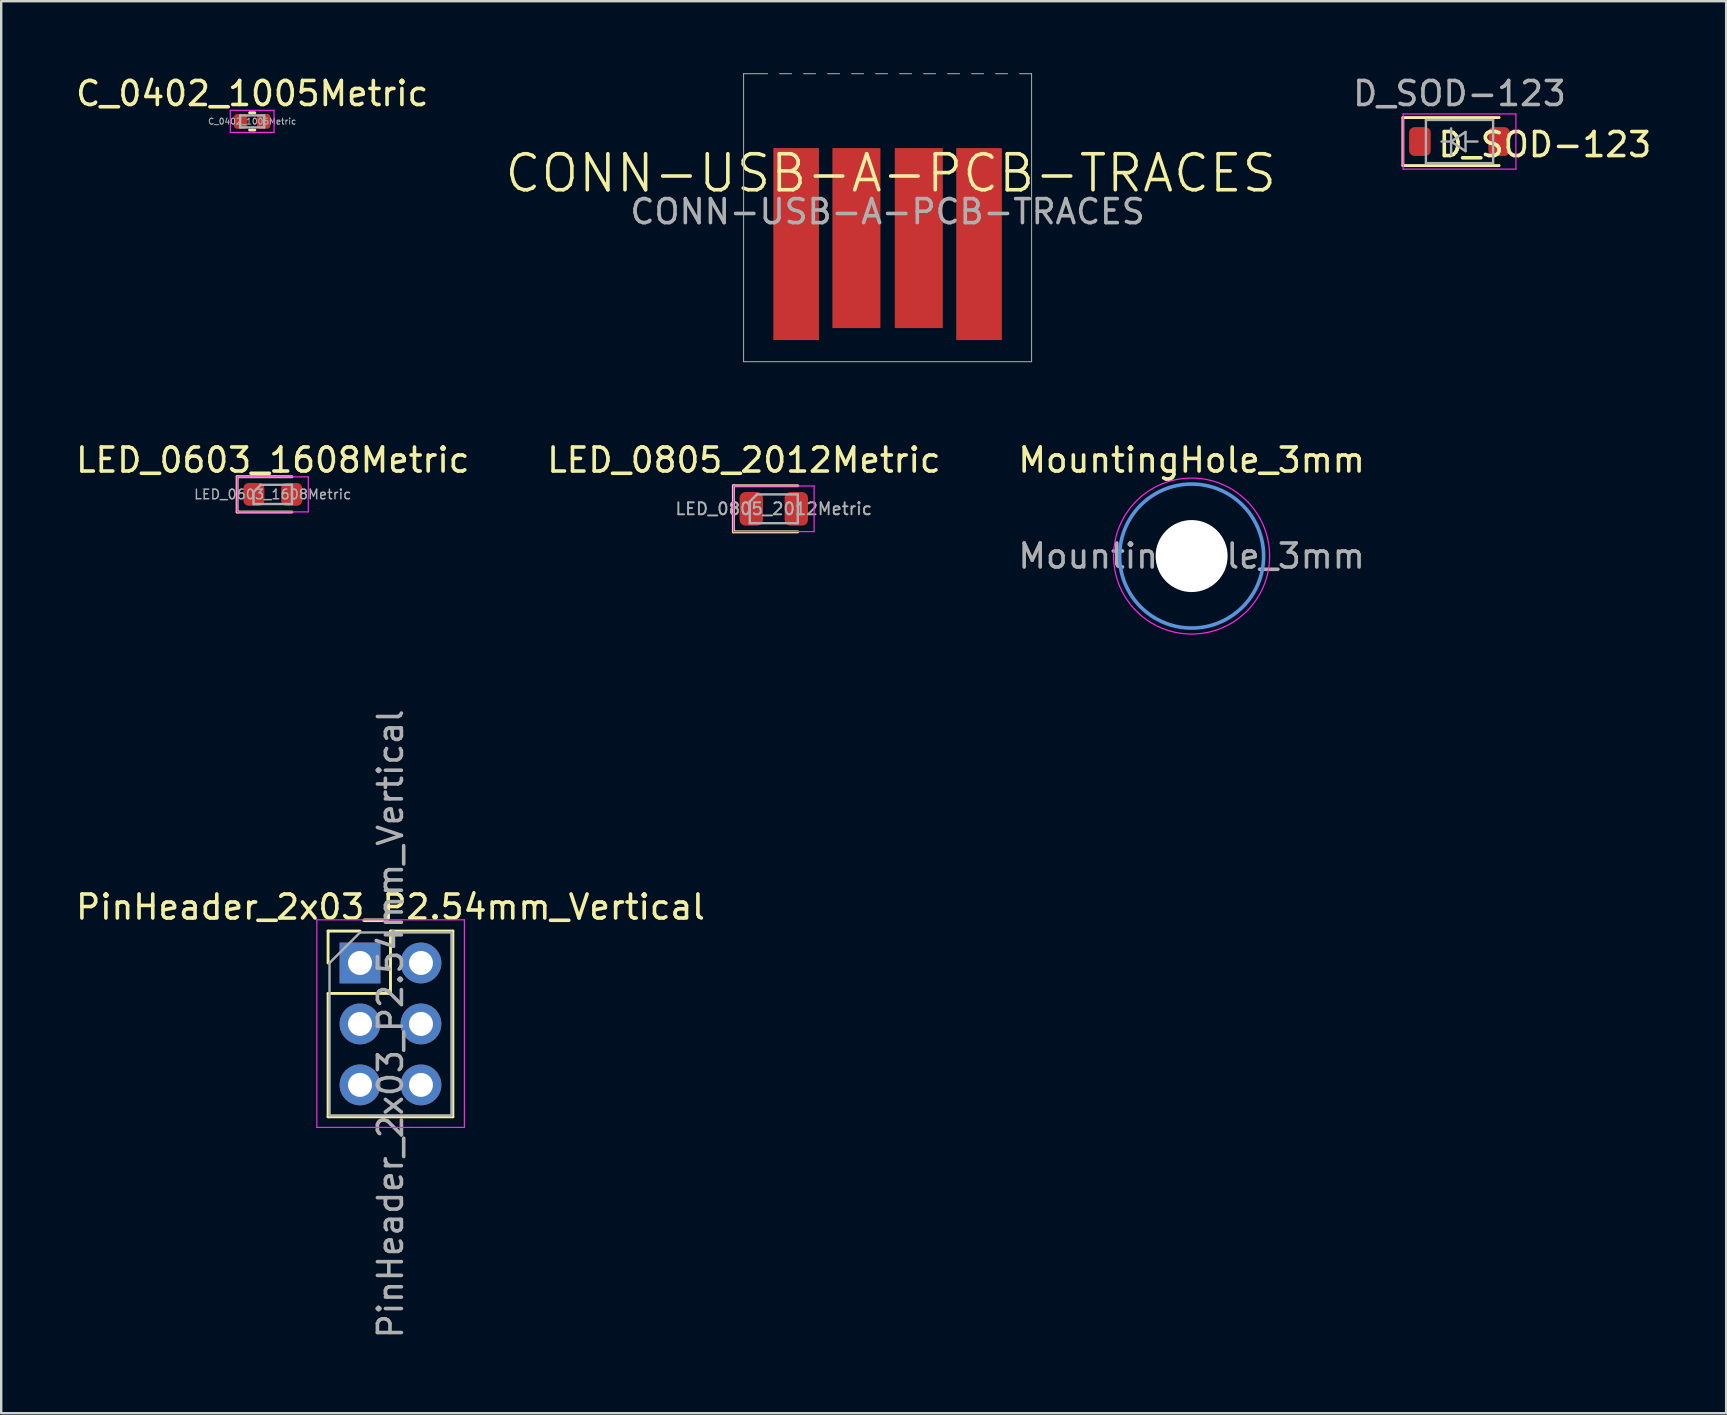
<source format=kicad_pcb>
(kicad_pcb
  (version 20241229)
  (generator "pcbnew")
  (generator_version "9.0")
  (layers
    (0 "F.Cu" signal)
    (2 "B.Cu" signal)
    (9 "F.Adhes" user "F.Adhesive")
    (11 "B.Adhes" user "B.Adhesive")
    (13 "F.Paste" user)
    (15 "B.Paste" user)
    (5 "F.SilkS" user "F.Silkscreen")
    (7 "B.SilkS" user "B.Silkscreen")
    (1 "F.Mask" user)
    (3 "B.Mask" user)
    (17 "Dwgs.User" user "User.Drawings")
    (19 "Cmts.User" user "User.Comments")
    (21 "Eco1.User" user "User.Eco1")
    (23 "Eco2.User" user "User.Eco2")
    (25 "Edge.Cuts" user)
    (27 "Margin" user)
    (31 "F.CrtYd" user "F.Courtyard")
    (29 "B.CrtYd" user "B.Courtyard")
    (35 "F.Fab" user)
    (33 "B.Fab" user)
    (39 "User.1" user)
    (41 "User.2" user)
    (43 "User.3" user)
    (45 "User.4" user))
  (footprint "CONN-USB-A-PCB-TRACES"
    (layer "F.Cu")
    (at 33.933 12.02)
    (property "Reference" "CONN-USB-A-PCB-TRACES" (at 0.13 -7.85 0) (layer "F.SilkS") (effects (font (size 1.5 1.5) (thickness 0.15))))
    (attr exclude_from_pos_files)
    (fp_line (start -6 -12) (end -5 -12) (stroke (width 0.041) (type solid)) (layer "F.Fab"))
    (fp_line (start -6 0) (end -6 -12) (stroke (width 0.041) (type solid)) (layer "F.Fab"))
    (fp_line (start -4.5 -12) (end -4 -12) (stroke (width 0.041) (type solid)) (layer "F.Fab"))
    (fp_line (start -3.5 -12) (end -3 -12) (stroke (width 0.041) (type solid)) (layer "F.Fab"))
    (fp_line (start -2.5 -12) (end -2 -12) (stroke (width 0.041) (type solid)) (layer "F.Fab"))
    (fp_line (start -1.5 -12) (end -1 -12) (stroke (width 0.041) (type solid)) (layer "F.Fab"))
    (fp_line (start -0.5 -12) (end 0 -12) (stroke (width 0.041) (type solid)) (layer "F.Fab"))
    (fp_line (start 0.5 -12) (end 1 -12) (stroke (width 0.041) (type solid)) (layer "F.Fab"))
    (fp_line (start 1.5 -12) (end 2 -12) (stroke (width 0.041) (type solid)) (layer "F.Fab"))
    (fp_line (start 2.5 -12) (end 3 -12) (stroke (width 0.041) (type solid)) (layer "F.Fab"))
    (fp_line (start 3.5 -12) (end 4 -12) (stroke (width 0.041) (type solid)) (layer "F.Fab"))
    (fp_line (start 4.5 -12) (end 5 -12) (stroke (width 0.041) (type solid)) (layer "F.Fab"))
    (fp_line (start 5.5 -12) (end 6 -12) (stroke (width 0.041) (type solid)) (layer "F.Fab"))
    (fp_line (start 6 -12) (end 6 0) (stroke (width 0.041) (type solid)) (layer "F.Fab"))
    (fp_line (start 6 0) (end -6 0) (stroke (width 0.041) (type solid)) (layer "F.Fab"))
    (fp_text user "${REFERENCE}" (at 0 -6.25 0) (layer "F.Fab") (effects (font (size 1 1) (thickness 0.15))))
    (pad "1" connect rect (at 3.81 -4.9) (size 1.9 8) (layers "F.Cu" "F.Mask"))
    (pad "2" connect rect (at 1.3 -5.15) (size 2 7.5) (layers "F.Cu" "F.Mask"))
    (pad "3" connect rect (at -1.3 -5.15) (size 2 7.5) (layers "F.Cu" "F.Mask"))
    (pad "4" connect rect (at -3.81 -4.9) (size 1.9 8) (layers "F.Cu" "F.Mask")))
  (footprint "D_SOD-123"
    (layer "F.Cu")
    (at 57.763 2.848)
    (property "Reference" "D_SOD-123" (at 3.556 0.127 0) (layer "F.SilkS") (effects (font (size 1 1) (thickness 0.15))))
    (attr smd)
    (fp_line (start -2.36 -1) (end -2.36 1) (stroke (width 0.12) (type solid)) (layer "F.SilkS"))
    (fp_line (start -2.36 -1) (end 1.65 -1) (stroke (width 0.12) (type solid)) (layer "F.SilkS"))
    (fp_line (start -2.36 1) (end 1.65 1) (stroke (width 0.12) (type solid)) (layer "F.SilkS"))
    (fp_line (start -2.35 -1.15) (end -2.35 1.15) (stroke (width 0.05) (type solid)) (layer "F.CrtYd"))
    (fp_line (start -2.35 -1.15) (end 2.35 -1.15) (stroke (width 0.05) (type solid)) (layer "F.CrtYd"))
    (fp_line (start 2.35 -1.15) (end 2.35 1.15) (stroke (width 0.05) (type solid)) (layer "F.CrtYd"))
    (fp_line (start 2.35 1.15) (end -2.35 1.15) (stroke (width 0.05) (type solid)) (layer "F.CrtYd"))
    (fp_line (start -1.4 -0.9) (end 1.4 -0.9) (stroke (width 0.1) (type solid)) (layer "F.Fab"))
    (fp_line (start -1.4 0.9) (end -1.4 -0.9) (stroke (width 0.1) (type solid)) (layer "F.Fab"))
    (fp_line (start -0.75 0) (end -0.35 0) (stroke (width 0.1) (type solid)) (layer "F.Fab"))
    (fp_line (start -0.35 0) (end -0.35 -0.55) (stroke (width 0.1) (type solid)) (layer "F.Fab"))
    (fp_line (start -0.35 0) (end -0.35 0.55) (stroke (width 0.1) (type solid)) (layer "F.Fab"))
    (fp_line (start -0.35 0) (end 0.25 -0.4) (stroke (width 0.1) (type solid)) (layer "F.Fab"))
    (fp_line (start 0.25 -0.4) (end 0.25 0.4) (stroke (width 0.1) (type solid)) (layer "F.Fab"))
    (fp_line (start 0.25 0) (end 0.75 0) (stroke (width 0.1) (type solid)) (layer "F.Fab"))
    (fp_line (start 0.25 0.4) (end -0.35 0) (stroke (width 0.1) (type solid)) (layer "F.Fab"))
    (fp_line (start 1.4 -0.9) (end 1.4 0.9) (stroke (width 0.1) (type solid)) (layer "F.Fab"))
    (fp_line (start 1.4 0.9) (end -1.4 0.9) (stroke (width 0.1) (type solid)) (layer "F.Fab"))
    (fp_text user "${REFERENCE}" (at 0 -2 0) (layer "F.Fab") (effects (font (size 1 1) (thickness 0.15))))
    (pad "1" smd roundrect (at -1.65 0) (size 0.9 1.2) (layers "F.Cu" "F.Mask" "F.Paste") (roundrect_rratio 0.25))
    (pad "2" smd roundrect (at 1.65 0) (size 0.9 1.2) (layers "F.Cu" "F.Mask" "F.Paste") (roundrect_rratio 0.25)))
  (footprint "MountingHole_3mm"
    (layer "F.Cu")
    (at 46.601 20.119)
    (property "Reference" "MountingHole_3mm" (at 0 -4 0) (layer "F.SilkS") (effects (font (size 1 1) (thickness 0.15))))
    (attr exclude_from_pos_files exclude_from_bom)
    (fp_circle (center 0 0) (end 3 0) (stroke (width 0.15) (type solid)) (fill no) (layer "Cmts.User"))
    (fp_circle (center 0 0) (end 3.25 0) (stroke (width 0.05) (type solid)) (fill no) (layer "F.CrtYd"))
    (fp_text user "${REFERENCE}" (at 0 0 0) (layer "F.Fab") (effects (font (size 1 1) (thickness 0.15))))
    (pad "" np_thru_hole circle (at 0 0) (size 3 3) (drill 3) (layers "*.Cu" "*.Mask")))
  (footprint "LED_0805_2012Metric"
    (layer "F.Cu")
    (at 29.191 18.151)
    (property "Reference" "LED_0805_2012Metric" (at -1.244 -2.032 180) (layer "F.SilkS") (effects (font (size 1 1) (thickness 0.15))))
    (attr smd)
    (fp_line (start -1.685 -0.96) (end -1.685 0.96) (stroke (width 0.12) (type solid)) (layer "F.SilkS"))
    (fp_line (start -1.685 0.96) (end 1 0.96) (stroke (width 0.12) (type solid)) (layer "F.SilkS"))
    (fp_line (start 1 -0.96) (end -1.685 -0.96) (stroke (width 0.12) (type solid)) (layer "F.SilkS"))
    (fp_line (start -1.68 -0.95) (end 1.68 -0.95) (stroke (width 0.05) (type solid)) (layer "F.CrtYd"))
    (fp_line (start -1.68 0.95) (end -1.68 -0.95) (stroke (width 0.05) (type solid)) (layer "F.CrtYd"))
    (fp_line (start 1.68 -0.95) (end 1.68 0.95) (stroke (width 0.05) (type solid)) (layer "F.CrtYd"))
    (fp_line (start 1.68 0.95) (end -1.68 0.95) (stroke (width 0.05) (type solid)) (layer "F.CrtYd"))
    (fp_line (start -1 -0.3) (end -1 0.6) (stroke (width 0.1) (type solid)) (layer "F.Fab"))
    (fp_line (start -1 0.6) (end 1 0.6) (stroke (width 0.1) (type solid)) (layer "F.Fab"))
    (fp_line (start -0.7 -0.6) (end -1 -0.3) (stroke (width 0.1) (type solid)) (layer "F.Fab"))
    (fp_line (start 1 -0.6) (end -0.7 -0.6) (stroke (width 0.1) (type solid)) (layer "F.Fab"))
    (fp_line (start 1 0.6) (end 1 -0.6) (stroke (width 0.1) (type solid)) (layer "F.Fab"))
    (fp_text user "${REFERENCE}" (at 0 0 180) (layer "F.Fab") (effects (font (size 0.5 0.5) (thickness 0.08))))
    (pad "1" smd roundrect (at -0.938 0) (size 0.975 1.4) (layers "F.Cu" "F.Mask" "F.Paste") (roundrect_rratio 0.25))
    (pad "2" smd roundrect (at 0.938 0) (size 0.975 1.4) (layers "F.Cu" "F.Mask" "F.Paste") (roundrect_rratio 0.25)))
  (footprint "LED_0603_1608Metric"
    (layer "F.Cu")
    (at 8.315 17.549)
    (property "Reference" "LED_0603_1608Metric" (at 0 -1.43 180) (layer "F.SilkS") (effects (font (size 1 1) (thickness 0.15))))
    (attr smd)
    (fp_line (start -1.485 -0.735) (end -1.485 0.735) (stroke (width 0.12) (type solid)) (layer "F.SilkS"))
    (fp_line (start -1.485 0.735) (end 0.8 0.735) (stroke (width 0.12) (type solid)) (layer "F.SilkS"))
    (fp_line (start 0.8 -0.735) (end -1.485 -0.735) (stroke (width 0.12) (type solid)) (layer "F.SilkS"))
    (fp_line (start -1.48 -0.73) (end 1.48 -0.73) (stroke (width 0.05) (type solid)) (layer "F.CrtYd"))
    (fp_line (start -1.48 0.73) (end -1.48 -0.73) (stroke (width 0.05) (type solid)) (layer "F.CrtYd"))
    (fp_line (start 1.48 -0.73) (end 1.48 0.73) (stroke (width 0.05) (type solid)) (layer "F.CrtYd"))
    (fp_line (start 1.48 0.73) (end -1.48 0.73) (stroke (width 0.05) (type solid)) (layer "F.CrtYd"))
    (fp_line (start -0.8 -0.1) (end -0.8 0.4) (stroke (width 0.1) (type solid)) (layer "F.Fab"))
    (fp_line (start -0.8 0.4) (end 0.8 0.4) (stroke (width 0.1) (type solid)) (layer "F.Fab"))
    (fp_line (start -0.5 -0.4) (end -0.8 -0.1) (stroke (width 0.1) (type solid)) (layer "F.Fab"))
    (fp_line (start 0.8 -0.4) (end -0.5 -0.4) (stroke (width 0.1) (type solid)) (layer "F.Fab"))
    (fp_line (start 0.8 0.4) (end 0.8 -0.4) (stroke (width 0.1) (type solid)) (layer "F.Fab"))
    (fp_text user "${REFERENCE}" (at 0 0 180) (layer "F.Fab") (effects (font (size 0.4 0.4) (thickness 0.06))))
    (pad "1" smd roundrect (at -0.787 0) (size 0.875 0.95) (layers "F.Cu" "F.Mask" "F.Paste") (roundrect_rratio 0.25))
    (pad "2" smd roundrect (at 0.787 0) (size 0.875 0.95) (layers "F.Cu" "F.Mask" "F.Paste") (roundrect_rratio 0.25)))
  (footprint "C_0402_1005Metric"
    (layer "F.Cu")
    (at 7.458 2.008)
    (property "Reference" "C_0402_1005Metric" (at 0 -1.16 180) (layer "F.SilkS") (effects (font (size 1 1) (thickness 0.15))))
    (attr smd)
    (fp_line (start -0.108 -0.36) (end 0.108 -0.36) (stroke (width 0.12) (type solid)) (layer "F.SilkS"))
    (fp_line (start -0.108 0.36) (end 0.108 0.36) (stroke (width 0.12) (type solid)) (layer "F.SilkS"))
    (fp_line (start -0.91 -0.46) (end 0.91 -0.46) (stroke (width 0.05) (type solid)) (layer "F.CrtYd"))
    (fp_line (start -0.91 0.46) (end -0.91 -0.46) (stroke (width 0.05) (type solid)) (layer "F.CrtYd"))
    (fp_line (start 0.91 -0.46) (end 0.91 0.46) (stroke (width 0.05) (type solid)) (layer "F.CrtYd"))
    (fp_line (start 0.91 0.46) (end -0.91 0.46) (stroke (width 0.05) (type solid)) (layer "F.CrtYd"))
    (fp_line (start -0.5 -0.25) (end 0.5 -0.25) (stroke (width 0.1) (type solid)) (layer "F.Fab"))
    (fp_line (start -0.5 0.25) (end -0.5 -0.25) (stroke (width 0.1) (type solid)) (layer "F.Fab"))
    (fp_line (start 0.5 -0.25) (end 0.5 0.25) (stroke (width 0.1) (type solid)) (layer "F.Fab"))
    (fp_line (start 0.5 0.25) (end -0.5 0.25) (stroke (width 0.1) (type solid)) (layer "F.Fab"))
    (fp_text user "${REFERENCE}" (at 0 0 180) (layer "F.Fab") (effects (font (size 0.25 0.25) (thickness 0.04))))
    (pad "1" smd roundrect (at -0.48 0) (size 0.56 0.62) (layers "F.Cu" "F.Mask" "F.Paste") (roundrect_rratio 0.25))
    (pad "2" smd roundrect (at 0.48 0) (size 0.56 0.62) (layers "F.Cu" "F.Mask" "F.Paste") (roundrect_rratio 0.25)))
  (footprint "PinHeader_2x03_P2.54mm_Vertical"
    (layer "F.Cu")
    (at 11.95 37.074)
    (property "Reference" "PinHeader_2x03_P2.54mm_Vertical" (at 1.27 -2.33 180) (layer "F.SilkS") (effects (font (size 1 1) (thickness 0.15))))
    (attr through_hole exclude_from_pos_files)
    (fp_line (start -1.33 -1.33) (end 0 -1.33) (stroke (width 0.12) (type solid)) (layer "F.SilkS"))
    (fp_line (start -1.33 0) (end -1.33 -1.33) (stroke (width 0.12) (type solid)) (layer "F.SilkS"))
    (fp_line (start -1.33 1.27) (end -1.33 6.41) (stroke (width 0.12) (type solid)) (layer "F.SilkS"))
    (fp_line (start -1.33 1.27) (end 1.27 1.27) (stroke (width 0.12) (type solid)) (layer "F.SilkS"))
    (fp_line (start -1.33 6.41) (end 3.87 6.41) (stroke (width 0.12) (type solid)) (layer "F.SilkS"))
    (fp_line (start 1.27 -1.33) (end 3.87 -1.33) (stroke (width 0.12) (type solid)) (layer "F.SilkS"))
    (fp_line (start 1.27 1.27) (end 1.27 -1.33) (stroke (width 0.12) (type solid)) (layer "F.SilkS"))
    (fp_line (start 3.87 -1.33) (end 3.87 6.41) (stroke (width 0.12) (type solid)) (layer "F.SilkS"))
    (fp_line (start -1.8 -1.8) (end -1.8 6.85) (stroke (width 0.05) (type solid)) (layer "F.CrtYd"))
    (fp_line (start -1.8 6.85) (end 4.35 6.85) (stroke (width 0.05) (type solid)) (layer "F.CrtYd"))
    (fp_line (start 4.35 -1.8) (end -1.8 -1.8) (stroke (width 0.05) (type solid)) (layer "F.CrtYd"))
    (fp_line (start 4.35 6.85) (end 4.35 -1.8) (stroke (width 0.05) (type solid)) (layer "F.CrtYd"))
    (fp_line (start -1.27 0) (end 0 -1.27) (stroke (width 0.1) (type solid)) (layer "F.Fab"))
    (fp_line (start -1.27 6.35) (end -1.27 0) (stroke (width 0.1) (type solid)) (layer "F.Fab"))
    (fp_line (start 0 -1.27) (end 3.81 -1.27) (stroke (width 0.1) (type solid)) (layer "F.Fab"))
    (fp_line (start 3.81 -1.27) (end 3.81 6.35) (stroke (width 0.1) (type solid)) (layer "F.Fab"))
    (fp_line (start 3.81 6.35) (end -1.27 6.35) (stroke (width 0.1) (type solid)) (layer "F.Fab"))
    (fp_text user "${REFERENCE}" (at 1.27 2.54 270) (layer "F.Fab") (effects (font (size 1 1) (thickness 0.15))))
    (pad "1" thru_hole rect (at 0 0) (size 1.7 1.7) (drill 1) (layers "*.Cu" "*.Mask"))
    (pad "2" thru_hole oval (at 2.54 0) (size 1.7 1.7) (drill 1) (layers "*.Cu" "*.Mask"))
    (pad "3" thru_hole oval (at 0 2.54) (size 1.7 1.7) (drill 1) (layers "*.Cu" "*.Mask"))
    (pad "4" thru_hole oval (at 2.54 2.54) (size 1.7 1.7) (drill 1) (layers "*.Cu" "*.Mask"))
    (pad "5" thru_hole oval (at 0 5.08) (size 1.7 1.7) (drill 1) (layers "*.Cu" "*.Mask"))
    (pad "6" thru_hole oval (at 2.54 5.08) (size 1.7 1.7) (drill 1) (layers "*.Cu" "*.Mask")))
  (gr_rect
    (start -3 -3)
    (end 68.873 55.834)
    (stroke (width 0.1) (type default))
    (fill no)
    (layer "Edge.Cuts")))
</source>
